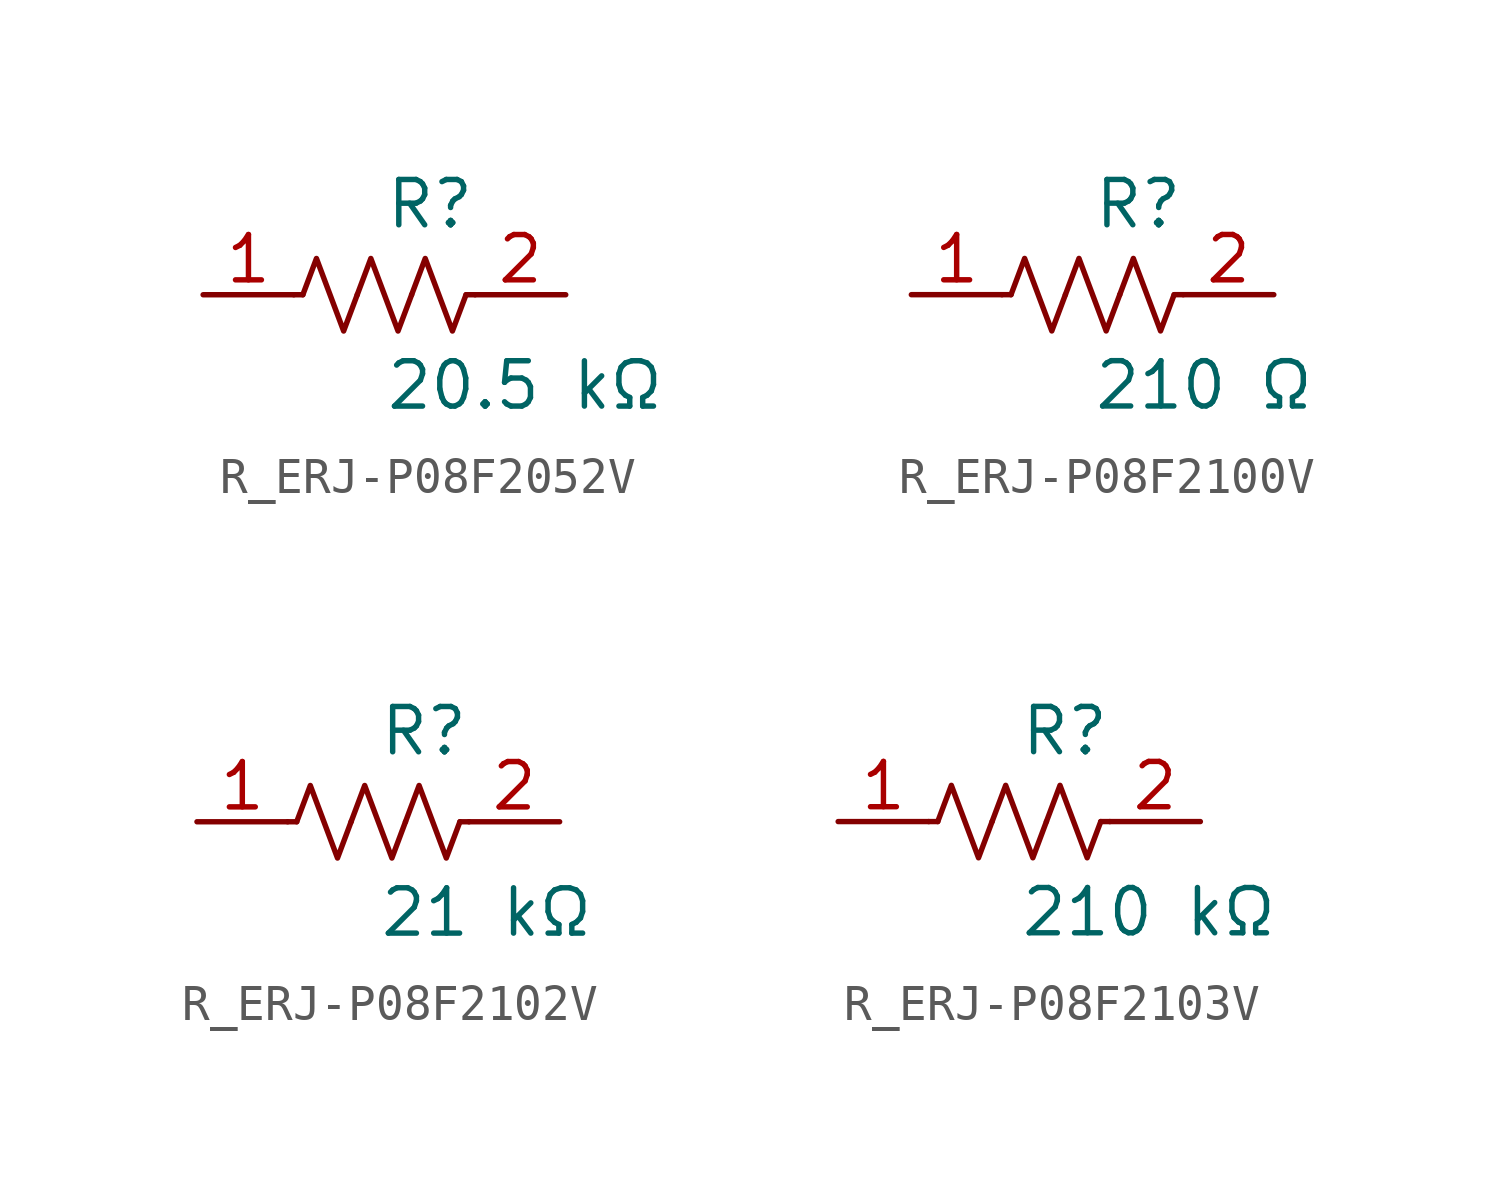
<source format=kicad_sym>
(kicad_symbol_lib
  (version 20231120)
  (generator kicad_symbol_editor)
  (generator_version 8.0)
  (symbol "R_ERJ-P08F2052V"
    (pin_names
      (offset 0.254))
    (property "Reference" "R"
      (at 0.0 2.54 0)
      (effects (font (size 1.27 1.27)) (justify left)))
    (property "Value" "20.5 kΩ"
      (at 0.0 -2.54 0)
      (effects (font (size 1.27 1.27)) (justify left)))
    (symbol "R_ERJ-P08F2052V_0_1"
      (polyline (pts (xy 2.286 0) (xy 2.54 0)) (stroke (width 0) (type default)) (fill (type none)))
      (polyline (pts (xy -2.286 0) (xy -2.54 0)) (stroke (width 0) (type default)) (fill (type none)))
      (polyline (pts (xy 0.762 0) (xy 1.143 1.016) (xy 1.524 0) (xy 1.905 -1.016) (xy 2.286 0)) (stroke (width 0) (type default)) (fill (type none)))
      (polyline (pts (xy -0.762 0) (xy -0.381 1.016) (xy 0 0) (xy 0.381 -1.016) (xy 0.762 0)) (stroke (width 0) (type default)) (fill (type none)))
      (polyline (pts (xy -2.286 0) (xy -1.905 1.016) (xy -1.524 0) (xy -1.143 -1.016) (xy -0.762 0)) (stroke (width 0) (type default)) (fill (type none))))
    (pin unspecified line
      (at -5.08 0 0)
      (length 2.54)
      (name "" (effects (font (size 1.27 1.27))))
      (number "1" (effects (font (size 1.27 1.27)))))
    (pin unspecified line
      (at 5.08 0 180)
      (length 2.54)
      (name "" (effects (font (size 1.27 1.27))))
      (number "2" (effects (font (size 1.27 1.27))))))
  (symbol "R_ERJ-P08F2100V"
    (pin_names
      (offset 0.254))
    (property "Reference" "R"
      (at 0.0 2.54 0)
      (effects (font (size 1.27 1.27)) (justify left)))
    (property "Value" "210 Ω"
      (at 0.0 -2.54 0)
      (effects (font (size 1.27 1.27)) (justify left)))
    (symbol "R_ERJ-P08F2100V_0_1"
      (polyline (pts (xy 2.286 0) (xy 2.54 0)) (stroke (width 0) (type default)) (fill (type none)))
      (polyline (pts (xy -2.286 0) (xy -2.54 0)) (stroke (width 0) (type default)) (fill (type none)))
      (polyline (pts (xy 0.762 0) (xy 1.143 1.016) (xy 1.524 0) (xy 1.905 -1.016) (xy 2.286 0)) (stroke (width 0) (type default)) (fill (type none)))
      (polyline (pts (xy -0.762 0) (xy -0.381 1.016) (xy 0 0) (xy 0.381 -1.016) (xy 0.762 0)) (stroke (width 0) (type default)) (fill (type none)))
      (polyline (pts (xy -2.286 0) (xy -1.905 1.016) (xy -1.524 0) (xy -1.143 -1.016) (xy -0.762 0)) (stroke (width 0) (type default)) (fill (type none))))
    (pin unspecified line
      (at -5.08 0 0)
      (length 2.54)
      (name "" (effects (font (size 1.27 1.27))))
      (number "1" (effects (font (size 1.27 1.27)))))
    (pin unspecified line
      (at 5.08 0 180)
      (length 2.54)
      (name "" (effects (font (size 1.27 1.27))))
      (number "2" (effects (font (size 1.27 1.27))))))
  (symbol "R_ERJ-P08F2102V"
    (pin_names
      (offset 0.254))
    (property "Reference" "R"
      (at 0.0 2.54 0)
      (effects (font (size 1.27 1.27)) (justify left)))
    (property "Value" "21 kΩ"
      (at 0.0 -2.54 0)
      (effects (font (size 1.27 1.27)) (justify left)))
    (symbol "R_ERJ-P08F2102V_0_1"
      (polyline (pts (xy 2.286 0) (xy 2.54 0)) (stroke (width 0) (type default)) (fill (type none)))
      (polyline (pts (xy -2.286 0) (xy -2.54 0)) (stroke (width 0) (type default)) (fill (type none)))
      (polyline (pts (xy 0.762 0) (xy 1.143 1.016) (xy 1.524 0) (xy 1.905 -1.016) (xy 2.286 0)) (stroke (width 0) (type default)) (fill (type none)))
      (polyline (pts (xy -0.762 0) (xy -0.381 1.016) (xy 0 0) (xy 0.381 -1.016) (xy 0.762 0)) (stroke (width 0) (type default)) (fill (type none)))
      (polyline (pts (xy -2.286 0) (xy -1.905 1.016) (xy -1.524 0) (xy -1.143 -1.016) (xy -0.762 0)) (stroke (width 0) (type default)) (fill (type none))))
    (pin unspecified line
      (at -5.08 0 0)
      (length 2.54)
      (name "" (effects (font (size 1.27 1.27))))
      (number "1" (effects (font (size 1.27 1.27)))))
    (pin unspecified line
      (at 5.08 0 180)
      (length 2.54)
      (name "" (effects (font (size 1.27 1.27))))
      (number "2" (effects (font (size 1.27 1.27))))))
  (symbol "R_ERJ-P08F2103V"
    (pin_names
      (offset 0.254))
    (property "Reference" "R"
      (at 0.0 2.54 0)
      (effects (font (size 1.27 1.27)) (justify left)))
    (property "Value" "210 kΩ"
      (at 0.0 -2.54 0)
      (effects (font (size 1.27 1.27)) (justify left)))
    (symbol "R_ERJ-P08F2103V_0_1"
      (polyline (pts (xy 2.286 0) (xy 2.54 0)) (stroke (width 0) (type default)) (fill (type none)))
      (polyline (pts (xy -2.286 0) (xy -2.54 0)) (stroke (width 0) (type default)) (fill (type none)))
      (polyline (pts (xy 0.762 0) (xy 1.143 1.016) (xy 1.524 0) (xy 1.905 -1.016) (xy 2.286 0)) (stroke (width 0) (type default)) (fill (type none)))
      (polyline (pts (xy -0.762 0) (xy -0.381 1.016) (xy 0 0) (xy 0.381 -1.016) (xy 0.762 0)) (stroke (width 0) (type default)) (fill (type none)))
      (polyline (pts (xy -2.286 0) (xy -1.905 1.016) (xy -1.524 0) (xy -1.143 -1.016) (xy -0.762 0)) (stroke (width 0) (type default)) (fill (type none))))
    (pin unspecified line
      (at -5.08 0 0)
      (length 2.54)
      (name "" (effects (font (size 1.27 1.27))))
      (number "1" (effects (font (size 1.27 1.27)))))
    (pin unspecified line
      (at 5.08 0 180)
      (length 2.54)
      (name "" (effects (font (size 1.27 1.27))))
      (number "2" (effects (font (size 1.27 1.27)))))))
</source>
